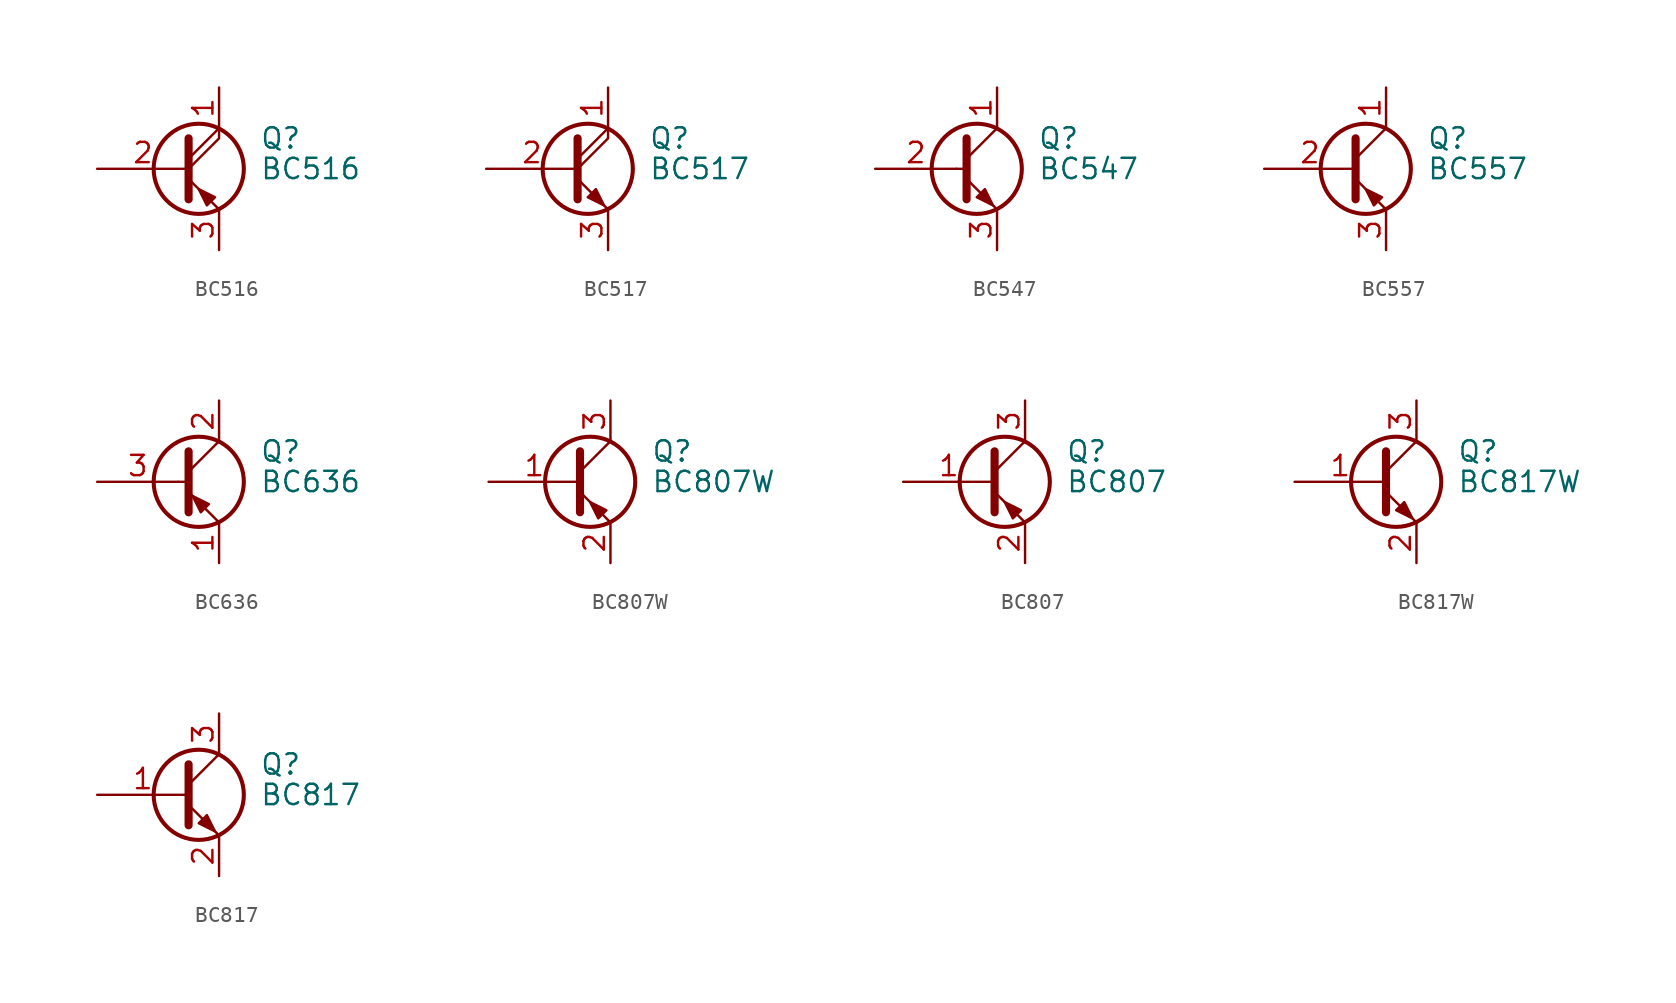
<source format=kicad_sym>
(kicad_symbol_lib
  (version 20201005)
  (generator kicad_symbol_editor)
  (symbol "Transistor_BJT:BC516"
    (pin_names
      (offset 0) hide)
    (property "Reference" "Q"
      (at 5.08 1.905 0)
      (effects (font (size 1.27 1.27)) (justify left)))
    (property "Value" "BC516"
      (at 5.08 0 0)
      (effects (font (size 1.27 1.27)) (justify left)))
    (symbol "BC516_0_1"
      (circle (center 1.27 0) (radius 2.819) (stroke (width 0.254)) (fill (type none)))
      (polyline (pts (xy 0.635 0.635) (xy 2.54 2.54)) (stroke (width 0)) (fill (type none)))
      (polyline (pts (xy 0.635 -0.635) (xy 2.54 -2.54) (xy 2.54 -2.54)) (stroke (width 0)) (fill (type none)))
      (polyline (pts (xy 0.635 0) (xy 2.54 1.905) (xy 2.54 2.54)) (stroke (width 0)) (fill (type none)))
      (polyline (pts (xy 0.635 1.905) (xy 0.635 -1.905) (xy 0.635 -1.905)) (stroke (width 0.508)) (fill (type none)))
      (polyline (pts (xy 2.286 -1.778) (xy 1.778 -2.286) (xy 1.27 -1.27) (xy 2.286 -1.778) (xy 2.286 -1.778)) (stroke (width 0)) (fill (type outline))))
    (symbol "BC516_1_1"
      (pin passive line (at 2.54 5.08 270) (length 2.54) (name "C" (effects (font (size 1.27 1.27)))) (number "1" (effects (font (size 1.27 1.27)))))
      (pin input line (at -5.08 0 0) (length 5.715) (name "B" (effects (font (size 1.27 1.27)))) (number "2" (effects (font (size 1.27 1.27)))))
      (pin passive line (at 2.54 -5.08 90) (length 2.54) (name "E" (effects (font (size 1.27 1.27)))) (number "3" (effects (font (size 1.27 1.27)))))))
  (symbol "Transistor_BJT:BC517"
    (pin_names
      (offset 0) hide)
    (property "Reference" "Q"
      (at 5.08 1.905 0)
      (effects (font (size 1.27 1.27)) (justify left)))
    (property "Value" "BC517"
      (at 5.08 0 0)
      (effects (font (size 1.27 1.27)) (justify left)))
    (symbol "BC517_0_1"
      (circle (center 1.27 0) (radius 2.819) (stroke (width 0.254)) (fill (type none)))
      (polyline (pts (xy 0.635 0.635) (xy 2.54 2.54)) (stroke (width 0)) (fill (type none)))
      (polyline (pts (xy 0.635 -0.635) (xy 2.54 -2.54) (xy 2.54 -2.54)) (stroke (width 0)) (fill (type none)))
      (polyline (pts (xy 0.635 0) (xy 2.54 1.905) (xy 2.54 2.54)) (stroke (width 0)) (fill (type none)))
      (polyline (pts (xy 0.635 1.905) (xy 0.635 -1.905) (xy 0.635 -1.905)) (stroke (width 0.508)) (fill (type none)))
      (polyline (pts (xy 1.27 -1.778) (xy 1.778 -1.27) (xy 2.286 -2.286) (xy 1.27 -1.778) (xy 1.27 -1.778)) (stroke (width 0)) (fill (type outline))))
    (symbol "BC517_1_1"
      (pin passive line (at 2.54 5.08 270) (length 2.54) (name "C" (effects (font (size 1.27 1.27)))) (number "1" (effects (font (size 1.27 1.27)))))
      (pin input line (at -5.08 0 0) (length 5.715) (name "B" (effects (font (size 1.27 1.27)))) (number "2" (effects (font (size 1.27 1.27)))))
      (pin passive line (at 2.54 -5.08 90) (length 2.54) (name "E" (effects (font (size 1.27 1.27)))) (number "3" (effects (font (size 1.27 1.27)))))))
  (symbol "Transistor_BJT:BC547"
    (pin_names
      (offset 0) hide)
    (property "Reference" "Q"
      (at 5.08 1.905 0)
      (effects (font (size 1.27 1.27)) (justify left)))
    (property "Value" "BC547"
      (at 5.08 0 0)
      (effects (font (size 1.27 1.27)) (justify left)))
    (symbol "BC547_0_1"
      (circle (center 1.27 0) (radius 2.819) (stroke (width 0.254)) (fill (type none)))
      (polyline (pts (xy 0 0) (xy 0.635 0)) (stroke (width 0)) (fill (type none)))
      (polyline (pts (xy 0.635 0.635) (xy 2.54 2.54)) (stroke (width 0)) (fill (type none)))
      (polyline (pts (xy 0.635 -0.635) (xy 2.54 -2.54) (xy 2.54 -2.54)) (stroke (width 0)) (fill (type none)))
      (polyline (pts (xy 0.635 1.905) (xy 0.635 -1.905) (xy 0.635 -1.905)) (stroke (width 0.508)) (fill (type none)))
      (polyline (pts (xy 1.27 -1.778) (xy 1.778 -1.27) (xy 2.286 -2.286) (xy 1.27 -1.778) (xy 1.27 -1.778)) (stroke (width 0)) (fill (type outline))))
    (symbol "BC547_1_1"
      (pin passive line (at 2.54 5.08 270) (length 2.54) (name "C" (effects (font (size 1.27 1.27)))) (number "1" (effects (font (size 1.27 1.27)))))
      (pin input line (at -5.08 0 0) (length 5.08) (name "B" (effects (font (size 1.27 1.27)))) (number "2" (effects (font (size 1.27 1.27)))))
      (pin passive line (at 2.54 -5.08 90) (length 2.54) (name "E" (effects (font (size 1.27 1.27)))) (number "3" (effects (font (size 1.27 1.27)))))))
  (symbol "Transistor_BJT:BC557"
    (pin_names
      (offset 0) hide)
    (property "Reference" "Q"
      (at 5.08 1.905 0)
      (effects (font (size 1.27 1.27)) (justify left)))
    (property "Value" "BC557"
      (at 5.08 0 0)
      (effects (font (size 1.27 1.27)) (justify left)))
    (symbol "BC557_0_1"
      (circle (center 1.27 0) (radius 2.819) (stroke (width 0.254)) (fill (type none)))
      (polyline (pts (xy 0.635 0.635) (xy 2.54 2.54)) (stroke (width 0)) (fill (type none)))
      (polyline (pts (xy 0.635 -0.635) (xy 2.54 -2.54) (xy 2.54 -2.54)) (stroke (width 0)) (fill (type none)))
      (polyline (pts (xy 0.635 1.905) (xy 0.635 -1.905) (xy 0.635 -1.905)) (stroke (width 0.508)) (fill (type none)))
      (polyline (pts (xy 2.286 -1.778) (xy 1.778 -2.286) (xy 1.27 -1.27) (xy 2.286 -1.778) (xy 2.286 -1.778)) (stroke (width 0)) (fill (type outline))))
    (symbol "BC557_1_1"
      (pin passive line (at 2.54 5.08 270) (length 2.54) (name "C" (effects (font (size 1.27 1.27)))) (number "1" (effects (font (size 1.27 1.27)))))
      (pin input line (at -5.08 0 0) (length 5.715) (name "B" (effects (font (size 1.27 1.27)))) (number "2" (effects (font (size 1.27 1.27)))))
      (pin passive line (at 2.54 -5.08 90) (length 2.54) (name "E" (effects (font (size 1.27 1.27)))) (number "3" (effects (font (size 1.27 1.27)))))))
  (symbol "Transistor_BJT:BC636"
    (pin_names
      (offset 0) hide)
    (property "Reference" "Q"
      (at 5.08 1.905 0)
      (effects (font (size 1.27 1.27)) (justify left)))
    (property "Value" "BC636"
      (at 5.08 0 0)
      (effects (font (size 1.27 1.27)) (justify left)))
    (symbol "BC636_0_1"
      (circle (center 1.27 0) (radius 2.819) (stroke (width 0.254)) (fill (type none)))
      (polyline (pts (xy 0 0) (xy 0.635 0)) (stroke (width 0)) (fill (type none)))
      (polyline (pts (xy 2.54 -2.54) (xy 0.635 -0.635)) (stroke (width 0)) (fill (type none)))
      (polyline (pts (xy 2.54 2.54) (xy 0.635 0.635)) (stroke (width 0)) (fill (type none)))
      (polyline (pts (xy 0.635 1.905) (xy 0.635 -1.905) (xy 0.635 -1.905)) (stroke (width 0.508)) (fill (type outline)))
      (polyline (pts (xy 1.397 -1.905) (xy 1.905 -1.397) (xy 0.889 -0.889) (xy 1.397 -1.905) (xy 1.397 -1.905)) (stroke (width 0)) (fill (type outline))))
    (symbol "BC636_1_1"
      (pin passive line (at 2.54 -5.08 90) (length 2.54) (name "E" (effects (font (size 1.27 1.27)))) (number "1" (effects (font (size 1.27 1.27)))))
      (pin passive line (at 2.54 5.08 270) (length 2.54) (name "C" (effects (font (size 1.27 1.27)))) (number "2" (effects (font (size 1.27 1.27)))))
      (pin input line (at -5.08 0 0) (length 5.08) (name "B" (effects (font (size 1.27 1.27)))) (number "3" (effects (font (size 1.27 1.27)))))))
  (symbol "Transistor_BJT:BC807W"
    (pin_names
      (offset 0) hide)
    (property "Reference" "Q"
      (at 5.08 1.905 0)
      (effects (font (size 1.27 1.27)) (justify left)))
    (property "Value" "BC807W"
      (at 5.08 0 0)
      (effects (font (size 1.27 1.27)) (justify left)))
    (symbol "BC807W_0_1"
      (circle (center 1.27 0) (radius 2.819) (stroke (width 0.254)) (fill (type none)))
      (polyline (pts (xy 0.635 0.635) (xy 2.54 2.54)) (stroke (width 0)) (fill (type none)))
      (polyline (pts (xy 0.635 -0.635) (xy 2.54 -2.54) (xy 2.54 -2.54)) (stroke (width 0)) (fill (type none)))
      (polyline (pts (xy 0.635 1.905) (xy 0.635 -1.905) (xy 0.635 -1.905)) (stroke (width 0.508)) (fill (type none)))
      (polyline (pts (xy 2.286 -1.778) (xy 1.778 -2.286) (xy 1.27 -1.27) (xy 2.286 -1.778) (xy 2.286 -1.778)) (stroke (width 0)) (fill (type outline))))
    (symbol "BC807W_1_1"
      (pin input line (at -5.08 0 0) (length 5.715) (name "B" (effects (font (size 1.27 1.27)))) (number "1" (effects (font (size 1.27 1.27)))))
      (pin passive line (at 2.54 -5.08 90) (length 2.54) (name "E" (effects (font (size 1.27 1.27)))) (number "2" (effects (font (size 1.27 1.27)))))
      (pin passive line (at 2.54 5.08 270) (length 2.54) (name "C" (effects (font (size 1.27 1.27)))) (number "3" (effects (font (size 1.27 1.27)))))))
  (symbol "Transistor_BJT:BC807"
    (pin_names
      (offset 0) hide)
    (property "Reference" "Q"
      (at 5.08 1.905 0)
      (effects (font (size 1.27 1.27)) (justify left)))
    (property "Value" "BC807"
      (at 5.08 0 0)
      (effects (font (size 1.27 1.27)) (justify left)))
    (symbol "BC807_0_1"
      (circle (center 1.27 0) (radius 2.819) (stroke (width 0.254)) (fill (type none)))
      (polyline (pts (xy 0.635 0.635) (xy 2.54 2.54)) (stroke (width 0)) (fill (type none)))
      (polyline (pts (xy 0.635 -0.635) (xy 2.54 -2.54) (xy 2.54 -2.54)) (stroke (width 0)) (fill (type none)))
      (polyline (pts (xy 0.635 1.905) (xy 0.635 -1.905) (xy 0.635 -1.905)) (stroke (width 0.508)) (fill (type none)))
      (polyline (pts (xy 2.286 -1.778) (xy 1.778 -2.286) (xy 1.27 -1.27) (xy 2.286 -1.778) (xy 2.286 -1.778)) (stroke (width 0)) (fill (type outline))))
    (symbol "BC807_1_1"
      (pin input line (at -5.08 0 0) (length 5.715) (name "B" (effects (font (size 1.27 1.27)))) (number "1" (effects (font (size 1.27 1.27)))))
      (pin passive line (at 2.54 -5.08 90) (length 2.54) (name "E" (effects (font (size 1.27 1.27)))) (number "2" (effects (font (size 1.27 1.27)))))
      (pin passive line (at 2.54 5.08 270) (length 2.54) (name "C" (effects (font (size 1.27 1.27)))) (number "3" (effects (font (size 1.27 1.27)))))))
  (symbol "Transistor_BJT:BC817W"
    (pin_names
      (offset 0) hide)
    (property "Reference" "Q"
      (at 5.08 1.905 0)
      (effects (font (size 1.27 1.27)) (justify left)))
    (property "Value" "BC817W"
      (at 5.08 0 0)
      (effects (font (size 1.27 1.27)) (justify left)))
    (symbol "BC817W_0_1"
      (circle (center 1.27 0) (radius 2.819) (stroke (width 0.254)) (fill (type none)))
      (polyline (pts (xy 0.635 0.635) (xy 2.54 2.54)) (stroke (width 0)) (fill (type none)))
      (polyline (pts (xy 0.635 -0.635) (xy 2.54 -2.54) (xy 2.54 -2.54)) (stroke (width 0)) (fill (type none)))
      (polyline (pts (xy 0.635 1.905) (xy 0.635 -1.905) (xy 0.635 -1.905)) (stroke (width 0.508)) (fill (type none)))
      (polyline (pts (xy 1.27 -1.778) (xy 1.778 -1.27) (xy 2.286 -2.286) (xy 1.27 -1.778) (xy 1.27 -1.778)) (stroke (width 0)) (fill (type outline))))
    (symbol "BC817W_1_1"
      (pin input line (at -5.08 0 0) (length 5.715) (name "B" (effects (font (size 1.27 1.27)))) (number "1" (effects (font (size 1.27 1.27)))))
      (pin passive line (at 2.54 -5.08 90) (length 2.54) (name "E" (effects (font (size 1.27 1.27)))) (number "2" (effects (font (size 1.27 1.27)))))
      (pin passive line (at 2.54 5.08 270) (length 2.54) (name "C" (effects (font (size 1.27 1.27)))) (number "3" (effects (font (size 1.27 1.27)))))))
  (symbol "Transistor_BJT:BC817"
    (pin_names
      (offset 0) hide)
    (property "Reference" "Q"
      (at 5.08 1.905 0)
      (effects (font (size 1.27 1.27)) (justify left)))
    (property "Value" "BC817"
      (at 5.08 0 0)
      (effects (font (size 1.27 1.27)) (justify left)))
    (symbol "BC817_0_1"
      (circle (center 1.27 0) (radius 2.819) (stroke (width 0.254)) (fill (type none)))
      (polyline (pts (xy 0.635 0.635) (xy 2.54 2.54)) (stroke (width 0)) (fill (type none)))
      (polyline (pts (xy 0.635 -0.635) (xy 2.54 -2.54) (xy 2.54 -2.54)) (stroke (width 0)) (fill (type none)))
      (polyline (pts (xy 0.635 1.905) (xy 0.635 -1.905) (xy 0.635 -1.905)) (stroke (width 0.508)) (fill (type none)))
      (polyline (pts (xy 1.27 -1.778) (xy 1.778 -1.27) (xy 2.286 -2.286) (xy 1.27 -1.778) (xy 1.27 -1.778)) (stroke (width 0)) (fill (type outline))))
    (symbol "BC817_1_1"
      (pin input line (at -5.08 0 0) (length 5.715) (name "B" (effects (font (size 1.27 1.27)))) (number "1" (effects (font (size 1.27 1.27)))))
      (pin passive line (at 2.54 -5.08 90) (length 2.54) (name "E" (effects (font (size 1.27 1.27)))) (number "2" (effects (font (size 1.27 1.27)))))
      (pin passive line (at 2.54 5.08 270) (length 2.54) (name "C" (effects (font (size 1.27 1.27)))) (number "3" (effects (font (size 1.27 1.27))))))))
</source>
